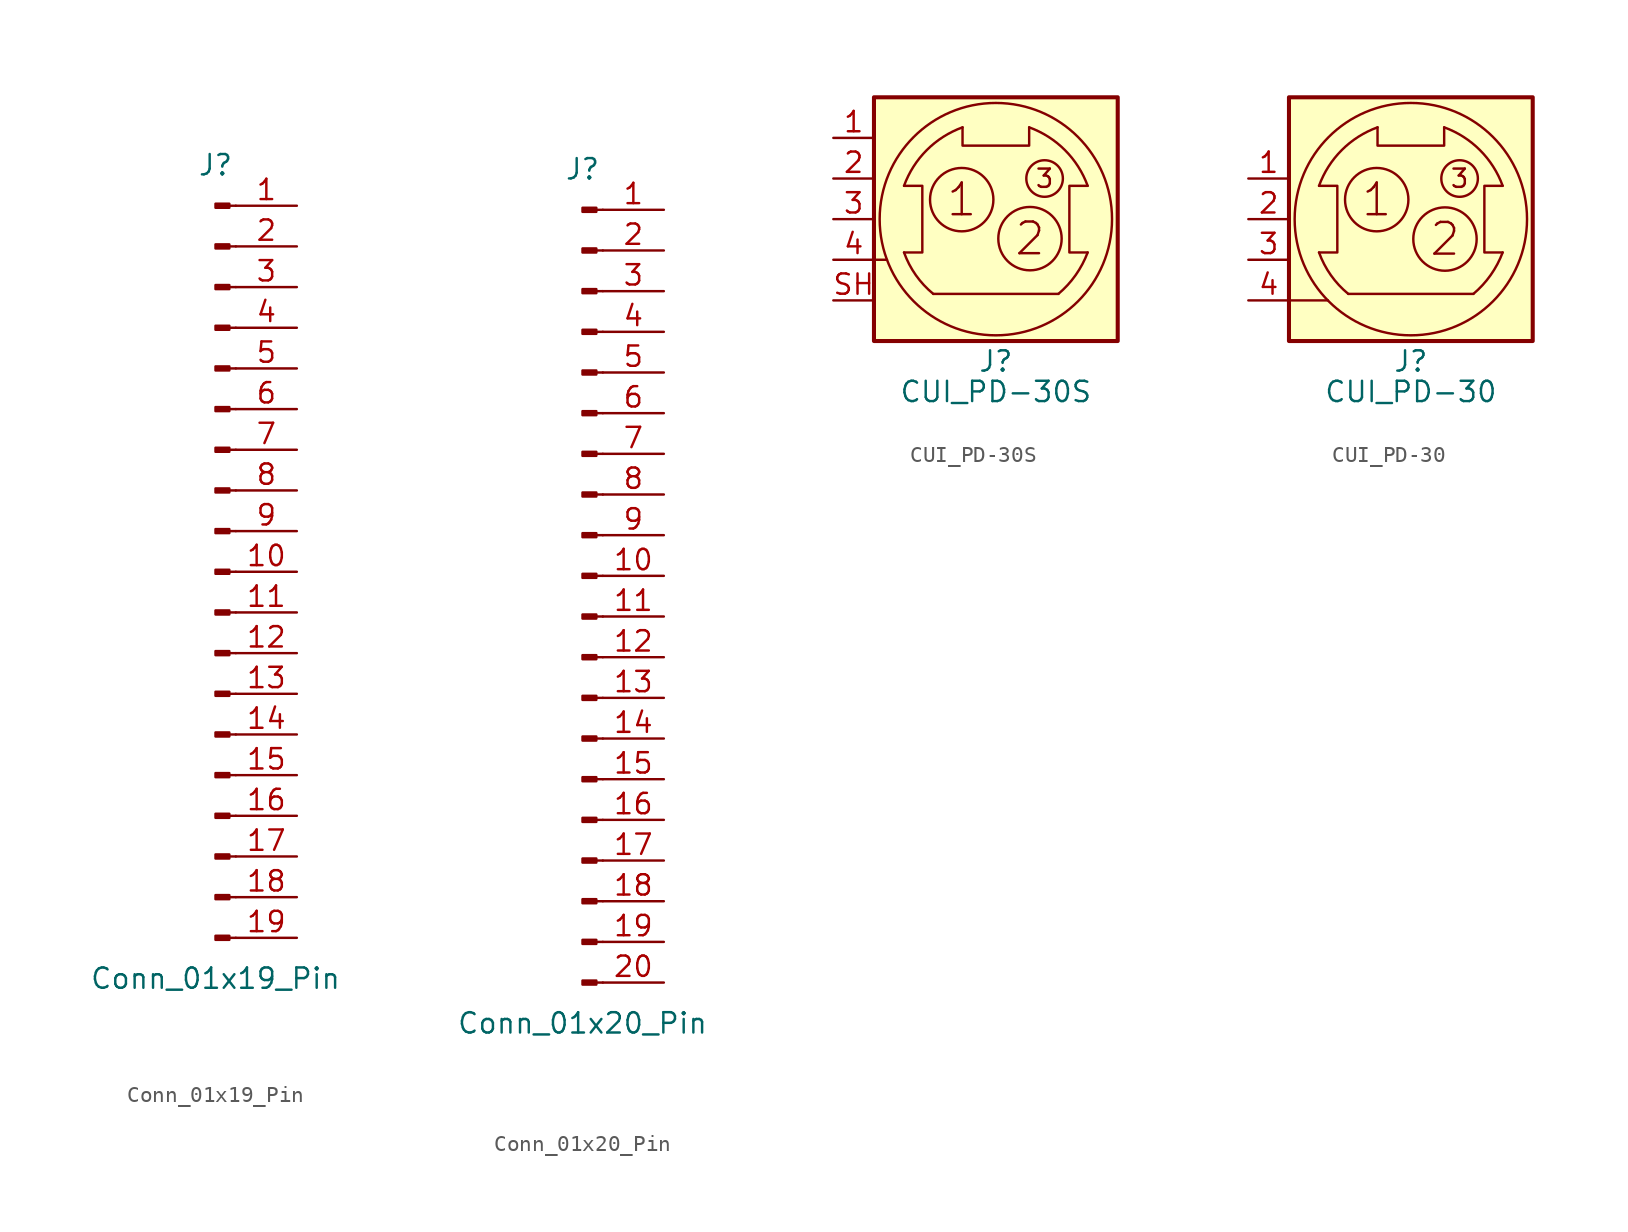
<source format=kicad_sym>
(kicad_symbol_lib
  (version 20220914)
  (generator kicad_symbol_editor)
  (symbol "Conn_01x19_Pin"
    (pin_names
      (offset 1.016) hide)
    (property "Reference" "J"
      (at 0 25.4 0)
      (effects (font (size 1.27 1.27))))
    (property "Value" "Conn_01x19_Pin"
      (at 0 -25.4 0)
      (effects (font (size 1.27 1.27))))
    (property "ki_locked" ""
      (at 0 0 0)
      (effects (font (size 1.27 1.27))))
    (symbol "Conn_01x19_Pin_1_1"
      (polyline (pts (xy 1.27 -22.86) (xy 0.864 -22.86)) (stroke (width 0.152) (type default)) (fill (type none)))
      (polyline (pts (xy 1.27 -20.32) (xy 0.864 -20.32)) (stroke (width 0.152) (type default)) (fill (type none)))
      (polyline (pts (xy 1.27 -17.78) (xy 0.864 -17.78)) (stroke (width 0.152) (type default)) (fill (type none)))
      (polyline (pts (xy 1.27 -15.24) (xy 0.864 -15.24)) (stroke (width 0.152) (type default)) (fill (type none)))
      (polyline (pts (xy 1.27 -12.7) (xy 0.864 -12.7)) (stroke (width 0.152) (type default)) (fill (type none)))
      (polyline (pts (xy 1.27 -10.16) (xy 0.864 -10.16)) (stroke (width 0.152) (type default)) (fill (type none)))
      (polyline (pts (xy 1.27 -7.62) (xy 0.864 -7.62)) (stroke (width 0.152) (type default)) (fill (type none)))
      (polyline (pts (xy 1.27 -5.08) (xy 0.864 -5.08)) (stroke (width 0.152) (type default)) (fill (type none)))
      (polyline (pts (xy 1.27 -2.54) (xy 0.864 -2.54)) (stroke (width 0.152) (type default)) (fill (type none)))
      (polyline (pts (xy 1.27 0) (xy 0.864 0)) (stroke (width 0.152) (type default)) (fill (type none)))
      (polyline (pts (xy 1.27 2.54) (xy 0.864 2.54)) (stroke (width 0.152) (type default)) (fill (type none)))
      (polyline (pts (xy 1.27 5.08) (xy 0.864 5.08)) (stroke (width 0.152) (type default)) (fill (type none)))
      (polyline (pts (xy 1.27 7.62) (xy 0.864 7.62)) (stroke (width 0.152) (type default)) (fill (type none)))
      (polyline (pts (xy 1.27 10.16) (xy 0.864 10.16)) (stroke (width 0.152) (type default)) (fill (type none)))
      (polyline (pts (xy 1.27 12.7) (xy 0.864 12.7)) (stroke (width 0.152) (type default)) (fill (type none)))
      (polyline (pts (xy 1.27 15.24) (xy 0.864 15.24)) (stroke (width 0.152) (type default)) (fill (type none)))
      (polyline (pts (xy 1.27 17.78) (xy 0.864 17.78)) (stroke (width 0.152) (type default)) (fill (type none)))
      (polyline (pts (xy 1.27 20.32) (xy 0.864 20.32)) (stroke (width 0.152) (type default)) (fill (type none)))
      (polyline (pts (xy 1.27 22.86) (xy 0.864 22.86)) (stroke (width 0.152) (type default)) (fill (type none)))
      (rectangle (start 0.864 -22.733) (end 0 -22.987) (stroke (width 0.152) (type default)) (fill (type outline)))
      (rectangle (start 0.864 -20.193) (end 0 -20.447) (stroke (width 0.152) (type default)) (fill (type outline)))
      (rectangle (start 0.864 -17.653) (end 0 -17.907) (stroke (width 0.152) (type default)) (fill (type outline)))
      (rectangle (start 0.864 -15.113) (end 0 -15.367) (stroke (width 0.152) (type default)) (fill (type outline)))
      (rectangle (start 0.864 -12.573) (end 0 -12.827) (stroke (width 0.152) (type default)) (fill (type outline)))
      (rectangle (start 0.864 -10.033) (end 0 -10.287) (stroke (width 0.152) (type default)) (fill (type outline)))
      (rectangle (start 0.864 -7.493) (end 0 -7.747) (stroke (width 0.152) (type default)) (fill (type outline)))
      (rectangle (start 0.864 -4.953) (end 0 -5.207) (stroke (width 0.152) (type default)) (fill (type outline)))
      (rectangle (start 0.864 -2.413) (end 0 -2.667) (stroke (width 0.152) (type default)) (fill (type outline)))
      (rectangle (start 0.864 0.127) (end 0 -0.127) (stroke (width 0.152) (type default)) (fill (type outline)))
      (rectangle (start 0.864 2.667) (end 0 2.413) (stroke (width 0.152) (type default)) (fill (type outline)))
      (rectangle (start 0.864 5.207) (end 0 4.953) (stroke (width 0.152) (type default)) (fill (type outline)))
      (rectangle (start 0.864 7.747) (end 0 7.493) (stroke (width 0.152) (type default)) (fill (type outline)))
      (rectangle (start 0.864 10.287) (end 0 10.033) (stroke (width 0.152) (type default)) (fill (type outline)))
      (rectangle (start 0.864 12.827) (end 0 12.573) (stroke (width 0.152) (type default)) (fill (type outline)))
      (rectangle (start 0.864 15.367) (end 0 15.113) (stroke (width 0.152) (type default)) (fill (type outline)))
      (rectangle (start 0.864 17.907) (end 0 17.653) (stroke (width 0.152) (type default)) (fill (type outline)))
      (rectangle (start 0.864 20.447) (end 0 20.193) (stroke (width 0.152) (type default)) (fill (type outline)))
      (rectangle (start 0.864 22.987) (end 0 22.733) (stroke (width 0.152) (type default)) (fill (type outline)))
      (pin passive line (at 5.08 22.86 180) (length 3.81) (name "Pin_1" (effects (font (size 1.27 1.27)))) (number "1" (effects (font (size 1.27 1.27)))))
      (pin passive line (at 5.08 0 180) (length 3.81) (name "Pin_10" (effects (font (size 1.27 1.27)))) (number "10" (effects (font (size 1.27 1.27)))))
      (pin passive line (at 5.08 -2.54 180) (length 3.81) (name "Pin_11" (effects (font (size 1.27 1.27)))) (number "11" (effects (font (size 1.27 1.27)))))
      (pin passive line (at 5.08 -5.08 180) (length 3.81) (name "Pin_12" (effects (font (size 1.27 1.27)))) (number "12" (effects (font (size 1.27 1.27)))))
      (pin passive line (at 5.08 -7.62 180) (length 3.81) (name "Pin_13" (effects (font (size 1.27 1.27)))) (number "13" (effects (font (size 1.27 1.27)))))
      (pin passive line (at 5.08 -10.16 180) (length 3.81) (name "Pin_14" (effects (font (size 1.27 1.27)))) (number "14" (effects (font (size 1.27 1.27)))))
      (pin passive line (at 5.08 -12.7 180) (length 3.81) (name "Pin_15" (effects (font (size 1.27 1.27)))) (number "15" (effects (font (size 1.27 1.27)))))
      (pin passive line (at 5.08 -15.24 180) (length 3.81) (name "Pin_16" (effects (font (size 1.27 1.27)))) (number "16" (effects (font (size 1.27 1.27)))))
      (pin passive line (at 5.08 -17.78 180) (length 3.81) (name "Pin_17" (effects (font (size 1.27 1.27)))) (number "17" (effects (font (size 1.27 1.27)))))
      (pin passive line (at 5.08 -20.32 180) (length 3.81) (name "Pin_18" (effects (font (size 1.27 1.27)))) (number "18" (effects (font (size 1.27 1.27)))))
      (pin passive line (at 5.08 -22.86 180) (length 3.81) (name "Pin_19" (effects (font (size 1.27 1.27)))) (number "19" (effects (font (size 1.27 1.27)))))
      (pin passive line (at 5.08 20.32 180) (length 3.81) (name "Pin_2" (effects (font (size 1.27 1.27)))) (number "2" (effects (font (size 1.27 1.27)))))
      (pin passive line (at 5.08 17.78 180) (length 3.81) (name "Pin_3" (effects (font (size 1.27 1.27)))) (number "3" (effects (font (size 1.27 1.27)))))
      (pin passive line (at 5.08 15.24 180) (length 3.81) (name "Pin_4" (effects (font (size 1.27 1.27)))) (number "4" (effects (font (size 1.27 1.27)))))
      (pin passive line (at 5.08 12.7 180) (length 3.81) (name "Pin_5" (effects (font (size 1.27 1.27)))) (number "5" (effects (font (size 1.27 1.27)))))
      (pin passive line (at 5.08 10.16 180) (length 3.81) (name "Pin_6" (effects (font (size 1.27 1.27)))) (number "6" (effects (font (size 1.27 1.27)))))
      (pin passive line (at 5.08 7.62 180) (length 3.81) (name "Pin_7" (effects (font (size 1.27 1.27)))) (number "7" (effects (font (size 1.27 1.27)))))
      (pin passive line (at 5.08 5.08 180) (length 3.81) (name "Pin_8" (effects (font (size 1.27 1.27)))) (number "8" (effects (font (size 1.27 1.27)))))
      (pin passive line (at 5.08 2.54 180) (length 3.81) (name "Pin_9" (effects (font (size 1.27 1.27)))) (number "9" (effects (font (size 1.27 1.27)))))))
  (symbol "Conn_01x20_Pin"
    (pin_names
      (offset 1.016) hide)
    (property "Reference" "J"
      (at 0 25.4 0)
      (effects (font (size 1.27 1.27))))
    (property "Value" "Conn_01x20_Pin"
      (at 0 -27.94 0)
      (effects (font (size 1.27 1.27))))
    (property "ki_locked" ""
      (at 0 0 0)
      (effects (font (size 1.27 1.27))))
    (symbol "Conn_01x20_Pin_1_1"
      (polyline (pts (xy 1.27 -25.4) (xy 0.864 -25.4)) (stroke (width 0.152) (type default)) (fill (type none)))
      (polyline (pts (xy 1.27 -22.86) (xy 0.864 -22.86)) (stroke (width 0.152) (type default)) (fill (type none)))
      (polyline (pts (xy 1.27 -20.32) (xy 0.864 -20.32)) (stroke (width 0.152) (type default)) (fill (type none)))
      (polyline (pts (xy 1.27 -17.78) (xy 0.864 -17.78)) (stroke (width 0.152) (type default)) (fill (type none)))
      (polyline (pts (xy 1.27 -15.24) (xy 0.864 -15.24)) (stroke (width 0.152) (type default)) (fill (type none)))
      (polyline (pts (xy 1.27 -12.7) (xy 0.864 -12.7)) (stroke (width 0.152) (type default)) (fill (type none)))
      (polyline (pts (xy 1.27 -10.16) (xy 0.864 -10.16)) (stroke (width 0.152) (type default)) (fill (type none)))
      (polyline (pts (xy 1.27 -7.62) (xy 0.864 -7.62)) (stroke (width 0.152) (type default)) (fill (type none)))
      (polyline (pts (xy 1.27 -5.08) (xy 0.864 -5.08)) (stroke (width 0.152) (type default)) (fill (type none)))
      (polyline (pts (xy 1.27 -2.54) (xy 0.864 -2.54)) (stroke (width 0.152) (type default)) (fill (type none)))
      (polyline (pts (xy 1.27 0) (xy 0.864 0)) (stroke (width 0.152) (type default)) (fill (type none)))
      (polyline (pts (xy 1.27 2.54) (xy 0.864 2.54)) (stroke (width 0.152) (type default)) (fill (type none)))
      (polyline (pts (xy 1.27 5.08) (xy 0.864 5.08)) (stroke (width 0.152) (type default)) (fill (type none)))
      (polyline (pts (xy 1.27 7.62) (xy 0.864 7.62)) (stroke (width 0.152) (type default)) (fill (type none)))
      (polyline (pts (xy 1.27 10.16) (xy 0.864 10.16)) (stroke (width 0.152) (type default)) (fill (type none)))
      (polyline (pts (xy 1.27 12.7) (xy 0.864 12.7)) (stroke (width 0.152) (type default)) (fill (type none)))
      (polyline (pts (xy 1.27 15.24) (xy 0.864 15.24)) (stroke (width 0.152) (type default)) (fill (type none)))
      (polyline (pts (xy 1.27 17.78) (xy 0.864 17.78)) (stroke (width 0.152) (type default)) (fill (type none)))
      (polyline (pts (xy 1.27 20.32) (xy 0.864 20.32)) (stroke (width 0.152) (type default)) (fill (type none)))
      (polyline (pts (xy 1.27 22.86) (xy 0.864 22.86)) (stroke (width 0.152) (type default)) (fill (type none)))
      (rectangle (start 0.864 -25.273) (end 0 -25.527) (stroke (width 0.152) (type default)) (fill (type outline)))
      (rectangle (start 0.864 -22.733) (end 0 -22.987) (stroke (width 0.152) (type default)) (fill (type outline)))
      (rectangle (start 0.864 -20.193) (end 0 -20.447) (stroke (width 0.152) (type default)) (fill (type outline)))
      (rectangle (start 0.864 -17.653) (end 0 -17.907) (stroke (width 0.152) (type default)) (fill (type outline)))
      (rectangle (start 0.864 -15.113) (end 0 -15.367) (stroke (width 0.152) (type default)) (fill (type outline)))
      (rectangle (start 0.864 -12.573) (end 0 -12.827) (stroke (width 0.152) (type default)) (fill (type outline)))
      (rectangle (start 0.864 -10.033) (end 0 -10.287) (stroke (width 0.152) (type default)) (fill (type outline)))
      (rectangle (start 0.864 -7.493) (end 0 -7.747) (stroke (width 0.152) (type default)) (fill (type outline)))
      (rectangle (start 0.864 -4.953) (end 0 -5.207) (stroke (width 0.152) (type default)) (fill (type outline)))
      (rectangle (start 0.864 -2.413) (end 0 -2.667) (stroke (width 0.152) (type default)) (fill (type outline)))
      (rectangle (start 0.864 0.127) (end 0 -0.127) (stroke (width 0.152) (type default)) (fill (type outline)))
      (rectangle (start 0.864 2.667) (end 0 2.413) (stroke (width 0.152) (type default)) (fill (type outline)))
      (rectangle (start 0.864 5.207) (end 0 4.953) (stroke (width 0.152) (type default)) (fill (type outline)))
      (rectangle (start 0.864 7.747) (end 0 7.493) (stroke (width 0.152) (type default)) (fill (type outline)))
      (rectangle (start 0.864 10.287) (end 0 10.033) (stroke (width 0.152) (type default)) (fill (type outline)))
      (rectangle (start 0.864 12.827) (end 0 12.573) (stroke (width 0.152) (type default)) (fill (type outline)))
      (rectangle (start 0.864 15.367) (end 0 15.113) (stroke (width 0.152) (type default)) (fill (type outline)))
      (rectangle (start 0.864 17.907) (end 0 17.653) (stroke (width 0.152) (type default)) (fill (type outline)))
      (rectangle (start 0.864 20.447) (end 0 20.193) (stroke (width 0.152) (type default)) (fill (type outline)))
      (rectangle (start 0.864 22.987) (end 0 22.733) (stroke (width 0.152) (type default)) (fill (type outline)))
      (pin passive line (at 5.08 22.86 180) (length 3.81) (name "Pin_1" (effects (font (size 1.27 1.27)))) (number "1" (effects (font (size 1.27 1.27)))))
      (pin passive line (at 5.08 0 180) (length 3.81) (name "Pin_10" (effects (font (size 1.27 1.27)))) (number "10" (effects (font (size 1.27 1.27)))))
      (pin passive line (at 5.08 -2.54 180) (length 3.81) (name "Pin_11" (effects (font (size 1.27 1.27)))) (number "11" (effects (font (size 1.27 1.27)))))
      (pin passive line (at 5.08 -5.08 180) (length 3.81) (name "Pin_12" (effects (font (size 1.27 1.27)))) (number "12" (effects (font (size 1.27 1.27)))))
      (pin passive line (at 5.08 -7.62 180) (length 3.81) (name "Pin_13" (effects (font (size 1.27 1.27)))) (number "13" (effects (font (size 1.27 1.27)))))
      (pin passive line (at 5.08 -10.16 180) (length 3.81) (name "Pin_14" (effects (font (size 1.27 1.27)))) (number "14" (effects (font (size 1.27 1.27)))))
      (pin passive line (at 5.08 -12.7 180) (length 3.81) (name "Pin_15" (effects (font (size 1.27 1.27)))) (number "15" (effects (font (size 1.27 1.27)))))
      (pin passive line (at 5.08 -15.24 180) (length 3.81) (name "Pin_16" (effects (font (size 1.27 1.27)))) (number "16" (effects (font (size 1.27 1.27)))))
      (pin passive line (at 5.08 -17.78 180) (length 3.81) (name "Pin_17" (effects (font (size 1.27 1.27)))) (number "17" (effects (font (size 1.27 1.27)))))
      (pin passive line (at 5.08 -20.32 180) (length 3.81) (name "Pin_18" (effects (font (size 1.27 1.27)))) (number "18" (effects (font (size 1.27 1.27)))))
      (pin passive line (at 5.08 -22.86 180) (length 3.81) (name "Pin_19" (effects (font (size 1.27 1.27)))) (number "19" (effects (font (size 1.27 1.27)))))
      (pin passive line (at 5.08 20.32 180) (length 3.81) (name "Pin_2" (effects (font (size 1.27 1.27)))) (number "2" (effects (font (size 1.27 1.27)))))
      (pin passive line (at 5.08 -25.4 180) (length 3.81) (name "Pin_20" (effects (font (size 1.27 1.27)))) (number "20" (effects (font (size 1.27 1.27)))))
      (pin passive line (at 5.08 17.78 180) (length 3.81) (name "Pin_3" (effects (font (size 1.27 1.27)))) (number "3" (effects (font (size 1.27 1.27)))))
      (pin passive line (at 5.08 15.24 180) (length 3.81) (name "Pin_4" (effects (font (size 1.27 1.27)))) (number "4" (effects (font (size 1.27 1.27)))))
      (pin passive line (at 5.08 12.7 180) (length 3.81) (name "Pin_5" (effects (font (size 1.27 1.27)))) (number "5" (effects (font (size 1.27 1.27)))))
      (pin passive line (at 5.08 10.16 180) (length 3.81) (name "Pin_6" (effects (font (size 1.27 1.27)))) (number "6" (effects (font (size 1.27 1.27)))))
      (pin passive line (at 5.08 7.62 180) (length 3.81) (name "Pin_7" (effects (font (size 1.27 1.27)))) (number "7" (effects (font (size 1.27 1.27)))))
      (pin passive line (at 5.08 5.08 180) (length 3.81) (name "Pin_8" (effects (font (size 1.27 1.27)))) (number "8" (effects (font (size 1.27 1.27)))))
      (pin passive line (at 5.08 2.54 180) (length 3.81) (name "Pin_9" (effects (font (size 1.27 1.27)))) (number "9" (effects (font (size 1.27 1.27)))))))
  (symbol "CUI_PD-30S"
    (pin_names
      (offset 1.016) hide)
    (property "Reference" "J"
      (at 0 -8.89 0)
      (effects (font (size 1.27 1.27))))
    (property "Value" "CUI_PD-30S"
      (at 0 -10.795 0)
      (effects (font (size 1.27 1.27))))
    (symbol "CUI_PD-30S_0_1"
      (rectangle (start -7.62 -7.62) (end 7.62 7.62) (stroke (width 0.254) (type default)) (fill (type background)))
      (arc (start -5.7404 -2.0828) (mid -5.0018 -3.5032) (end -3.9116 -4.6736) (stroke (width 0) (type default)) (fill (type none)))
      (circle (center -2.134 1.219) (radius 1.981) (stroke (width 0) (type default)) (fill (type none)))
      (arc (start -2.0828 5.7404) (mid -4.318 4.318) (end -5.7404 2.0828) (stroke (width 0) (type default)) (fill (type none)))
      (polyline (pts (xy -7.62 -2.54) (xy -6.807 -2.54)) (stroke (width 0) (type default)) (fill (type none)))
      (polyline (pts (xy -3.912 -4.674) (xy 3.912 -4.674)) (stroke (width 0) (type default)) (fill (type none)))
      (polyline (pts (xy -5.74 2.083) (xy -4.597 2.083) (xy -4.597 -2.083) (xy -5.74 -2.083)) (stroke (width 0) (type default)) (fill (type none)))
      (polyline (pts (xy 2.083 5.74) (xy 2.083 4.597) (xy -2.083 4.597) (xy -2.083 5.74)) (stroke (width 0) (type default)) (fill (type none)))
      (polyline (pts (xy 5.74 -2.083) (xy 4.597 -2.083) (xy 4.597 2.083) (xy 5.74 2.083)) (stroke (width 0) (type default)) (fill (type none)))
      (circle (center 0 0) (radius 7.264) (stroke (width 0) (type default)) (fill (type none)))
      (circle (center 2.134 -1.219) (radius 1.981) (stroke (width 0) (type default)) (fill (type none)))
      (circle (center 3.048 2.54) (radius 1.143) (stroke (width 0) (type default)) (fill (type none)))
      (arc (start 3.9116 -4.6736) (mid 4.9919 -3.4963) (end 5.7404 -2.0828) (stroke (width 0) (type default)) (fill (type none)))
      (arc (start 5.7404 2.0828) (mid 4.318 4.318) (end 2.0828 5.7404) (stroke (width 0) (type default)) (fill (type none)))
      (text "1" (at -2.134 1.219 0) (effects (font (size 1.981 1.981))))
      (text "2" (at 2.134 -1.219 0) (effects (font (size 1.981 1.981))))
      (text "3" (at 3.048 2.54 0) (effects (font (size 1.143 1.143)))))
    (symbol "CUI_PD-30S_1_1"
      (pin passive line (at -10.16 5.08 0) (length 2.54) (name "1" (effects (font (size 1.27 1.27)))) (number "1" (effects (font (size 1.27 1.27)))))
      (pin passive line (at -10.16 2.54 0) (length 2.54) (name "2" (effects (font (size 1.27 1.27)))) (number "2" (effects (font (size 1.27 1.27)))))
      (pin passive line (at -10.16 0 0) (length 2.54) (name "3" (effects (font (size 1.27 1.27)))) (number "3" (effects (font (size 1.27 1.27)))))
      (pin passive line (at -10.16 -2.54 0) (length 2.54) (name "Shield" (effects (font (size 1.27 1.27)))) (number "4" (effects (font (size 1.27 1.27)))))
      (pin passive line (at -10.16 -5.08 0) (length 2.54) (name "Shield" (effects (font (size 1.27 1.27)))) (number "SH" (effects (font (size 1.27 1.27)))))))
  (symbol "CUI_PD-30"
    (pin_names
      (offset 1.016) hide)
    (property "Reference" "J"
      (at 0 -8.89 0)
      (effects (font (size 1.27 1.27))))
    (property "Value" "CUI_PD-30"
      (at 0 -10.795 0)
      (effects (font (size 1.27 1.27))))
    (symbol "CUI_PD-30_0_1"
      (rectangle (start -7.62 -7.62) (end 7.62 7.62) (stroke (width 0.254) (type default)) (fill (type background)))
      (arc (start -5.7404 -2.0828) (mid -5.0018 -3.5032) (end -3.9116 -4.6736) (stroke (width 0) (type default)) (fill (type none)))
      (circle (center -2.134 1.219) (radius 1.981) (stroke (width 0) (type default)) (fill (type none)))
      (arc (start -2.0828 5.7404) (mid -4.318 4.318) (end -5.7404 2.0828) (stroke (width 0) (type default)) (fill (type none)))
      (polyline (pts (xy -7.62 -5.08) (xy -5.182 -5.08)) (stroke (width 0) (type default)) (fill (type none)))
      (polyline (pts (xy -3.912 -4.674) (xy 3.912 -4.674)) (stroke (width 0) (type default)) (fill (type none)))
      (polyline (pts (xy -5.74 2.083) (xy -4.597 2.083) (xy -4.597 -2.083) (xy -5.74 -2.083)) (stroke (width 0) (type default)) (fill (type none)))
      (polyline (pts (xy 2.083 5.74) (xy 2.083 4.597) (xy -2.083 4.597) (xy -2.083 5.74)) (stroke (width 0) (type default)) (fill (type none)))
      (polyline (pts (xy 5.74 -2.083) (xy 4.597 -2.083) (xy 4.597 2.083) (xy 5.74 2.083)) (stroke (width 0) (type default)) (fill (type none)))
      (circle (center 0 0) (radius 7.264) (stroke (width 0) (type default)) (fill (type none)))
      (circle (center 2.134 -1.245) (radius 1.981) (stroke (width 0) (type default)) (fill (type none)))
      (circle (center 3.048 2.54) (radius 1.143) (stroke (width 0) (type default)) (fill (type none)))
      (arc (start 3.9116 -4.6736) (mid 4.9919 -3.4963) (end 5.7404 -2.0828) (stroke (width 0) (type default)) (fill (type none)))
      (arc (start 5.7404 2.0828) (mid 4.318 4.318) (end 2.0828 5.7404) (stroke (width 0) (type default)) (fill (type none)))
      (text "1" (at -2.134 1.219 0) (effects (font (size 1.981 1.981))))
      (text "2" (at 2.134 -1.245 0) (effects (font (size 1.981 1.981))))
      (text "3" (at 3.048 2.54 0) (effects (font (size 1.143 1.143)))))
    (symbol "CUI_PD-30_1_1"
      (pin passive line (at -10.16 2.54 0) (length 2.54) (name "1" (effects (font (size 1.27 1.27)))) (number "1" (effects (font (size 1.27 1.27)))))
      (pin passive line (at -10.16 0 0) (length 2.54) (name "2" (effects (font (size 1.27 1.27)))) (number "2" (effects (font (size 1.27 1.27)))))
      (pin passive line (at -10.16 -2.54 0) (length 2.54) (name "3" (effects (font (size 1.27 1.27)))) (number "3" (effects (font (size 1.27 1.27)))))
      (pin passive line (at -10.16 -5.08 0) (length 2.54) (name "Shield" (effects (font (size 1.27 1.27)))) (number "4" (effects (font (size 1.27 1.27))))))))
</source>
